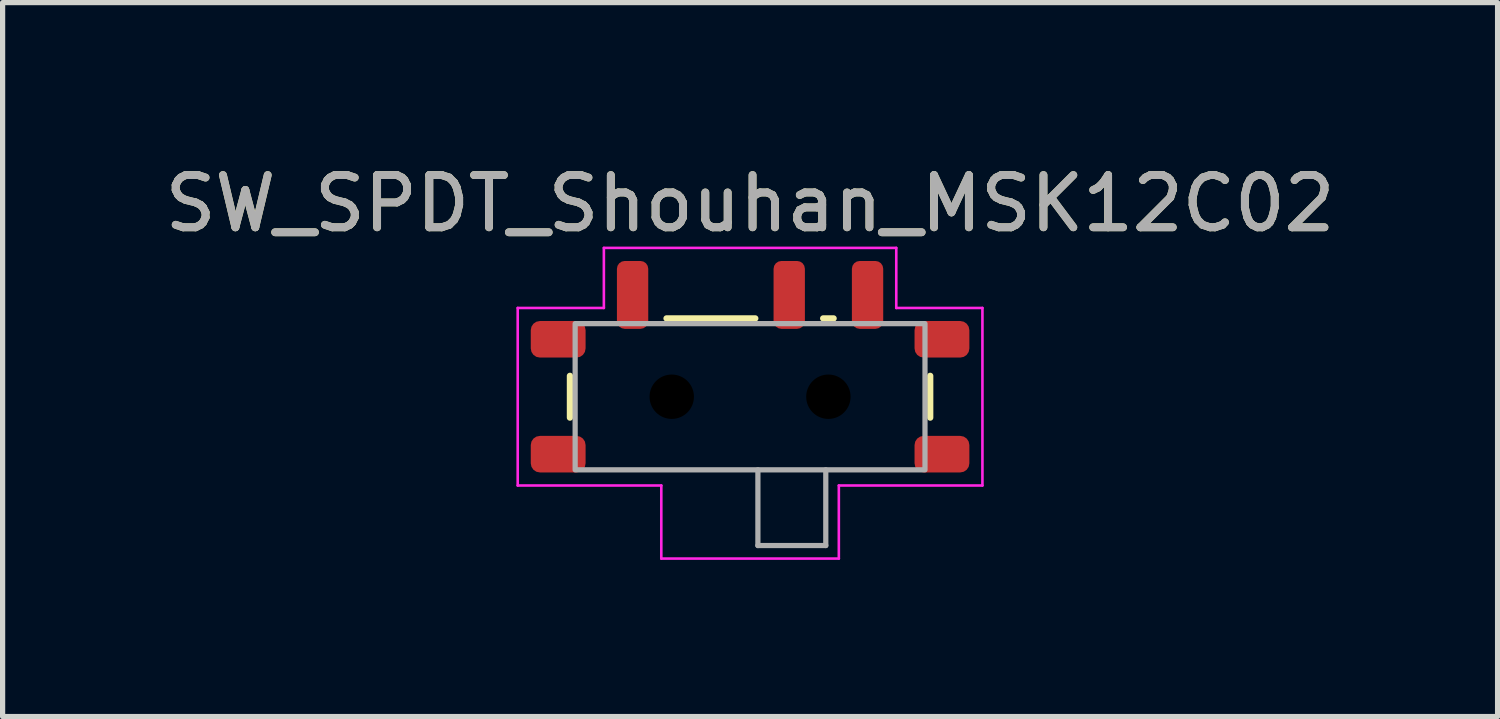
<source format=kicad_pcb>
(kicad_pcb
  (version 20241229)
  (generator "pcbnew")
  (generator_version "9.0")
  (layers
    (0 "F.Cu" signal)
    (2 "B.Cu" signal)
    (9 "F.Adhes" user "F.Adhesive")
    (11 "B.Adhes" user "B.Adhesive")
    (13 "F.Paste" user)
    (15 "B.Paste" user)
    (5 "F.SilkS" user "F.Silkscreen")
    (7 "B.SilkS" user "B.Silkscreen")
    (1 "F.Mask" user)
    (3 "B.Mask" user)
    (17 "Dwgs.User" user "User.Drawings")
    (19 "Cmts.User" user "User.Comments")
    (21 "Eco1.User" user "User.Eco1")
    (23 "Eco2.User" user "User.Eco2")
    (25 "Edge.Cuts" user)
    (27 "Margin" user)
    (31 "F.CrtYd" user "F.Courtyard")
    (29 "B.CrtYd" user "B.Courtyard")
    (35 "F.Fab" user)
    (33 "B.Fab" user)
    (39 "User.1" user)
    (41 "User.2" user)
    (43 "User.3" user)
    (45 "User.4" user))
  (footprint "SW_SPDT_Shouhan_MSK12C02"
    (layer "F.Cu")
    (at 11.315 4.548)
    (property "Reference" "SW_SPDT_Shouhan_MSK12C02" (at 0 -3.7 0) (layer "F.SilkS") (effects (font (size 1 1) (thickness 0.15))))
    (attr smd)
    (fp_line (start -3.45 -0.4) (end -3.45 0.4) (stroke (width 0.12) (type default)) (layer "F.SilkS"))
    (fp_line (start -1.6 -1.5) (end 0.1 -1.5) (stroke (width 0.12) (type default)) (layer "F.SilkS"))
    (fp_line (start 1.4 -1.5) (end 1.6 -1.5) (stroke (width 0.12) (type default)) (layer "F.SilkS"))
    (fp_line (start 3.45 -0.4) (end 3.45 0.4) (stroke (width 0.12) (type default)) (layer "F.SilkS"))
    (fp_line (start -4.45 -1.7) (end -4.45 1.7) (stroke (width 0.05) (type default)) (layer "F.CrtYd"))
    (fp_line (start -4.45 -1.7) (end -2.8 -1.7) (stroke (width 0.05) (type default)) (layer "F.CrtYd"))
    (fp_line (start -4.45 1.7) (end -1.7 1.7) (stroke (width 0.05) (type default)) (layer "F.CrtYd"))
    (fp_line (start -2.8 -2.85) (end 2.8 -2.85) (stroke (width 0.05) (type default)) (layer "F.CrtYd"))
    (fp_line (start -2.8 -1.7) (end -2.8 -2.85) (stroke (width 0.05) (type default)) (layer "F.CrtYd"))
    (fp_line (start -1.7 1.7) (end -1.7 3.1) (stroke (width 0.05) (type default)) (layer "F.CrtYd"))
    (fp_line (start 1.7 1.7) (end 4.45 1.7) (stroke (width 0.05) (type default)) (layer "F.CrtYd"))
    (fp_line (start 1.7 3.1) (end -1.7 3.1) (stroke (width 0.05) (type default)) (layer "F.CrtYd"))
    (fp_line (start 1.7 3.1) (end 1.7 1.7) (stroke (width 0.05) (type default)) (layer "F.CrtYd"))
    (fp_line (start 2.8 -1.7) (end 2.8 -2.85) (stroke (width 0.05) (type default)) (layer "F.CrtYd"))
    (fp_line (start 4.45 -1.7) (end 2.8 -1.7) (stroke (width 0.05) (type default)) (layer "F.CrtYd"))
    (fp_line (start 4.45 1.7) (end 4.45 -1.7) (stroke (width 0.05) (type default)) (layer "F.CrtYd"))
    (fp_line (start 0.15 1.4) (end 0.15 2.85) (stroke (width 0.1) (type default)) (layer "F.Fab"))
    (fp_line (start 0.15 2.85) (end 1.45 2.85) (stroke (width 0.1) (type default)) (layer "F.Fab"))
    (fp_line (start 1.45 1.4) (end 1.45 2.85) (stroke (width 0.1) (type default)) (layer "F.Fab"))
    (fp_rect (start -3.35 -1.4) (end 3.35 1.4) (stroke (width 0.1) (type default)) (fill no) (layer "F.Fab"))
    (fp_text user "${REFERENCE}" (at 0 -3.7 0) (layer "F.Fab") (effects (font (size 1 1) (thickness 0.15))))
    (pad "" smd roundrect (at -3.675 -1.1) (size 1.05 0.7) (layers "F.Cu" "F.Mask" "F.Paste") (roundrect_rratio 0.25))
    (pad "" smd roundrect (at -3.675 1.1) (size 1.05 0.7) (layers "F.Cu" "F.Mask" "F.Paste") (roundrect_rratio 0.25))
    (pad "" np_thru_hole circle (at -1.5 0) (size 0.85 0.85) (drill 0.85) (layers "*.Mask"))
    (pad "" np_thru_hole circle (at 1.5 0) (size 0.85 0.85) (drill 0.85) (layers "*.Mask"))
    (pad "" smd roundrect (at 3.675 -1.1) (size 1.05 0.7) (layers "F.Cu" "F.Mask" "F.Paste") (roundrect_rratio 0.25))
    (pad "" smd roundrect (at 3.675 1.1) (size 1.05 0.7) (layers "F.Cu" "F.Mask" "F.Paste") (roundrect_rratio 0.25))
    (pad "1" smd roundrect (at -2.25 -1.95) (size 0.6 1.3) (layers "F.Cu" "F.Mask" "F.Paste") (roundrect_rratio 0.25))
    (pad "2" smd roundrect (at 0.75 -1.95) (size 0.6 1.3) (layers "F.Cu" "F.Mask" "F.Paste") (roundrect_rratio 0.25))
    (pad "3" smd roundrect (at 2.25 -1.95) (size 0.6 1.3) (layers "F.Cu" "F.Mask" "F.Paste") (roundrect_rratio 0.25)))
  (gr_rect
    (start -3 -3)
    (end 25.631 10.673)
    (stroke (width 0.1) (type default))
    (fill no)
    (layer "Edge.Cuts")))
</source>
